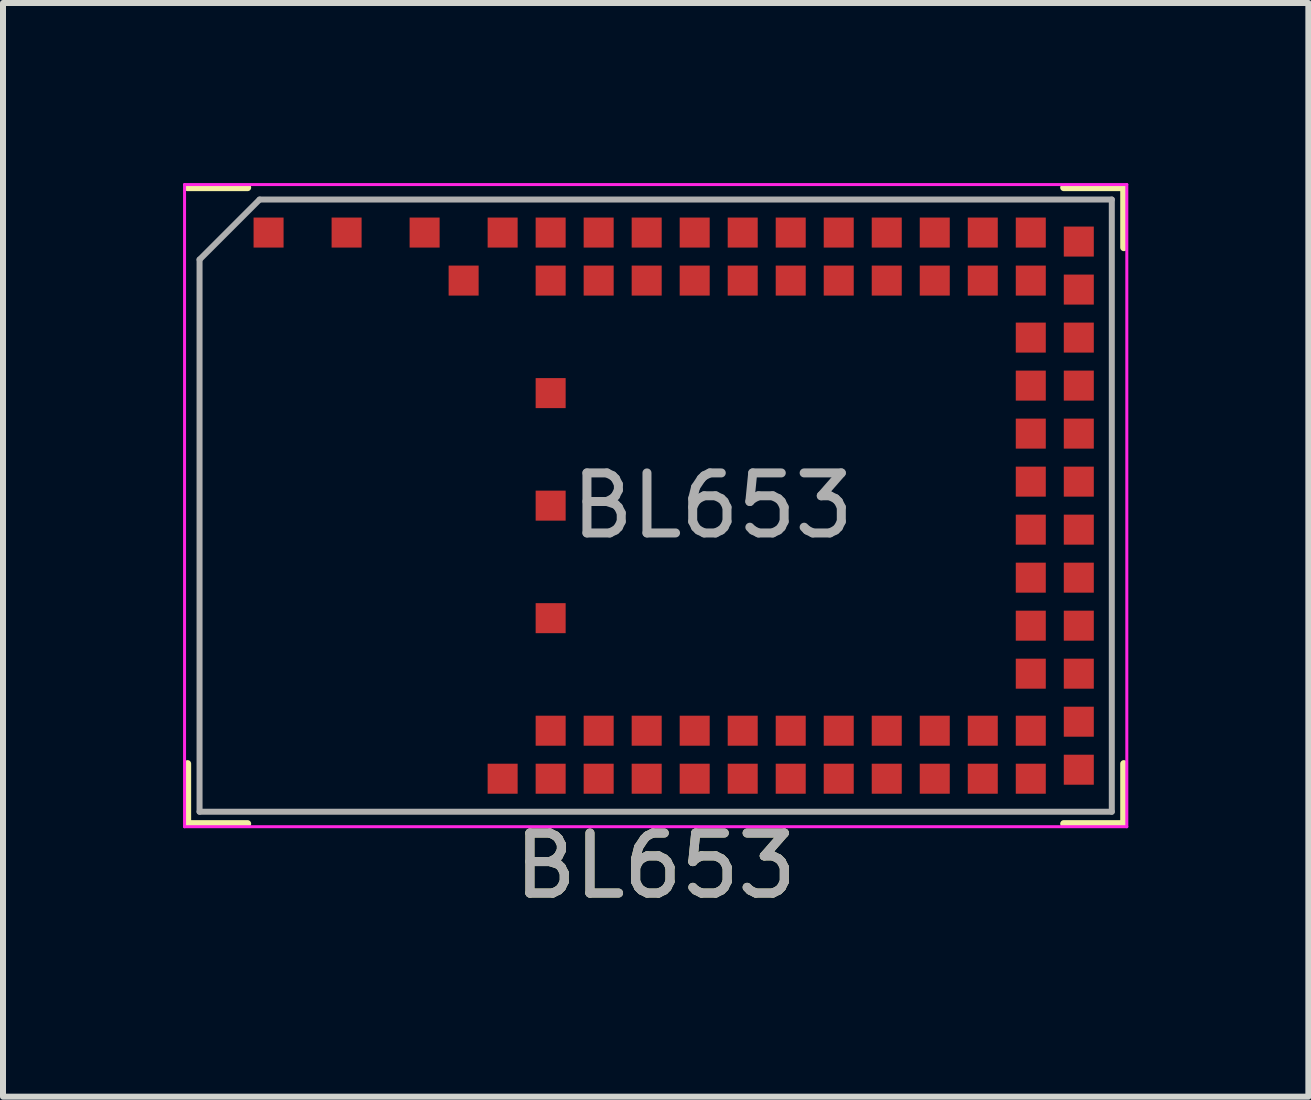
<source format=kicad_pcb>
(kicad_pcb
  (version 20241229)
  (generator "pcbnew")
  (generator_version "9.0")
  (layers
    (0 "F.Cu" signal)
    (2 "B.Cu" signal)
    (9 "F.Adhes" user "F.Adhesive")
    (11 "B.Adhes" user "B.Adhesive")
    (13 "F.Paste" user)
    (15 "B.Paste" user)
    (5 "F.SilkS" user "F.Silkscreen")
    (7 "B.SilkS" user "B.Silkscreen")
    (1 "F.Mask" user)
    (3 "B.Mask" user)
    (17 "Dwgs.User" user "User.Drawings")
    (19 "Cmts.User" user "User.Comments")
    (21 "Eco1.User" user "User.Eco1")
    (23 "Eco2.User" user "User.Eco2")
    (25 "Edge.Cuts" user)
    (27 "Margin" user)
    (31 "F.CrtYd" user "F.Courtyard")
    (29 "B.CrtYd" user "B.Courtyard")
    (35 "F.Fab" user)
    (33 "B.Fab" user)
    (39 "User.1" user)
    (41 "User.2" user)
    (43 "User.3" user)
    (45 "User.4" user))
  (footprint "BL653"
    (layer "F.Cu")
    (at 7.875 5.375)
    (property "Reference" "BL653" (at 0 6 180) (layer "F.SilkS") (effects (font (size 1 1) (thickness 0.15))))
    (attr smd)
    (fp_line (start -7.8 -5.3) (end -6.8 -5.3) (stroke (width 0.12) (type solid)) (layer "F.SilkS"))
    (fp_line (start -7.8 5.3) (end -7.8 4.3) (stroke (width 0.12) (type solid)) (layer "F.SilkS"))
    (fp_line (start -7.8 5.3) (end -6.8 5.3) (stroke (width 0.12) (type solid)) (layer "F.SilkS"))
    (fp_line (start 6.8 -5.3) (end 7.8 -5.3) (stroke (width 0.12) (type solid)) (layer "F.SilkS"))
    (fp_line (start 6.8 5.3) (end 7.8 5.3) (stroke (width 0.12) (type solid)) (layer "F.SilkS"))
    (fp_line (start 7.8 -5.3) (end 7.8 -4.3) (stroke (width 0.12) (type solid)) (layer "F.SilkS"))
    (fp_line (start 7.8 5.3) (end 7.8 4.3) (stroke (width 0.12) (type solid)) (layer "F.SilkS"))
    (fp_line (start -7.85 5.35) (end -7.85 -5.35) (stroke (width 0.05) (type solid)) (layer "F.CrtYd"))
    (fp_line (start 7.85 -5.35) (end -7.85 -5.35) (stroke (width 0.05) (type solid)) (layer "F.CrtYd"))
    (fp_line (start 7.85 5.35) (end -7.85 5.35) (stroke (width 0.05) (type solid)) (layer "F.CrtYd"))
    (fp_line (start 7.85 5.35) (end 7.85 -5.35) (stroke (width 0.05) (type solid)) (layer "F.CrtYd"))
    (fp_line (start -7.6 -4.1) (end -6.6 -5.1) (stroke (width 0.1) (type solid)) (layer "F.Fab"))
    (fp_line (start -7.6 5.1) (end -7.6 -4.1) (stroke (width 0.1) (type solid)) (layer "F.Fab"))
    (fp_line (start 7.6 -5.1) (end -6.6 -5.1) (stroke (width 0.1) (type solid)) (layer "F.Fab"))
    (fp_line (start 7.6 5.1) (end -7.6 5.1) (stroke (width 0.1) (type solid)) (layer "F.Fab"))
    (fp_line (start 7.6 5.1) (end 7.6 -5.1) (stroke (width 0.1) (type solid)) (layer "F.Fab"))
    (fp_text user "${REFERENCE}" (at 0 6 180) (layer "F.Fab") (effects (font (size 1 1) (thickness 0.15))))
    (fp_text user "${REFERENCE}" (at 0.95 0 0) (layer "F.Fab") (effects (font (size 1 1) (thickness 0.15))))
    (pad "0" smd rect (at -2.55 -4.55 180) (size 0.5 0.5) (layers "F.Cu" "F.Mask" "F.Paste"))
    (pad "1" smd rect (at -1.75 -4.55 180) (size 0.5 0.5) (layers "F.Cu" "F.Mask" "F.Paste"))
    (pad "2" smd rect (at -1.75 -3.75 180) (size 0.5 0.5) (layers "F.Cu" "F.Mask" "F.Paste"))
    (pad "3" smd rect (at -0.95 -4.55 180) (size 0.5 0.5) (layers "F.Cu" "F.Mask" "F.Paste"))
    (pad "4" smd rect (at -0.95 -3.75 180) (size 0.5 0.5) (layers "F.Cu" "F.Mask" "F.Paste"))
    (pad "5" smd rect (at -0.15 -4.55 180) (size 0.5 0.5) (layers "F.Cu" "F.Mask" "F.Paste"))
    (pad "6" smd rect (at -0.15 -3.75 180) (size 0.5 0.5) (layers "F.Cu" "F.Mask" "F.Paste"))
    (pad "7" smd rect (at 0.65 -4.55 180) (size 0.5 0.5) (layers "F.Cu" "F.Mask" "F.Paste"))
    (pad "8" smd rect (at 0.65 -3.75 180) (size 0.5 0.5) (layers "F.Cu" "F.Mask" "F.Paste"))
    (pad "9" smd rect (at 1.45 -4.55 180) (size 0.5 0.5) (layers "F.Cu" "F.Mask" "F.Paste"))
    (pad "10" smd rect (at 1.45 -3.75 180) (size 0.5 0.5) (layers "F.Cu" "F.Mask" "F.Paste"))
    (pad "11" smd rect (at 2.25 -4.55 180) (size 0.5 0.5) (layers "F.Cu" "F.Mask" "F.Paste"))
    (pad "12" smd rect (at 2.25 -3.75 180) (size 0.5 0.5) (layers "F.Cu" "F.Mask" "F.Paste"))
    (pad "13" smd rect (at 3.05 -4.55 180) (size 0.5 0.5) (layers "F.Cu" "F.Mask" "F.Paste"))
    (pad "14" smd rect (at 3.05 -3.75 180) (size 0.5 0.5) (layers "F.Cu" "F.Mask" "F.Paste"))
    (pad "15" smd rect (at 3.85 -4.55 180) (size 0.5 0.5) (layers "F.Cu" "F.Mask" "F.Paste"))
    (pad "16" smd rect (at 3.85 -3.75 180) (size 0.5 0.5) (layers "F.Cu" "F.Mask" "F.Paste"))
    (pad "17" smd rect (at 4.65 -4.55 180) (size 0.5 0.5) (layers "F.Cu" "F.Mask" "F.Paste"))
    (pad "18" smd rect (at 4.65 -3.75 180) (size 0.5 0.5) (layers "F.Cu" "F.Mask" "F.Paste"))
    (pad "19" smd rect (at 5.45 -4.55 180) (size 0.5 0.5) (layers "F.Cu" "F.Mask" "F.Paste"))
    (pad "20" smd rect (at 5.45 -3.75 180) (size 0.5 0.5) (layers "F.Cu" "F.Mask" "F.Paste"))
    (pad "21" smd rect (at 6.25 -4.55 180) (size 0.5 0.5) (layers "F.Cu" "F.Mask" "F.Paste"))
    (pad "22" smd rect (at 6.25 -3.75 180) (size 0.5 0.5) (layers "F.Cu" "F.Mask" "F.Paste"))
    (pad "23" smd rect (at 7.05 -4.4 180) (size 0.5 0.5) (layers "F.Cu" "F.Mask" "F.Paste"))
    (pad "24" smd rect (at 7.05 -3.6 180) (size 0.5 0.5) (layers "F.Cu" "F.Mask" "F.Paste"))
    (pad "25" smd rect (at 7.05 -2.8 180) (size 0.5 0.5) (layers "F.Cu" "F.Mask" "F.Paste"))
    (pad "26" smd rect (at 6.25 -2.8 180) (size 0.5 0.5) (layers "F.Cu" "F.Mask" "F.Paste"))
    (pad "27" smd rect (at 7.05 -2 180) (size 0.5 0.5) (layers "F.Cu" "F.Mask" "F.Paste"))
    (pad "28" smd rect (at 6.25 -2 180) (size 0.5 0.5) (layers "F.Cu" "F.Mask" "F.Paste"))
    (pad "29" smd rect (at 7.05 -1.2 180) (size 0.5 0.5) (layers "F.Cu" "F.Mask" "F.Paste"))
    (pad "30" smd rect (at 6.25 -1.2 180) (size 0.5 0.5) (layers "F.Cu" "F.Mask" "F.Paste"))
    (pad "31" smd rect (at 7.05 -0.4 180) (size 0.5 0.5) (layers "F.Cu" "F.Mask" "F.Paste"))
    (pad "32" smd rect (at 6.25 -0.4 180) (size 0.5 0.5) (layers "F.Cu" "F.Mask" "F.Paste"))
    (pad "33" smd rect (at 7.05 0.4 180) (size 0.5 0.5) (layers "F.Cu" "F.Mask" "F.Paste"))
    (pad "34" smd rect (at 6.25 0.4 180) (size 0.5 0.5) (layers "F.Cu" "F.Mask" "F.Paste"))
    (pad "35" smd rect (at 7.05 1.2 180) (size 0.5 0.5) (layers "F.Cu" "F.Mask" "F.Paste"))
    (pad "36" smd rect (at 6.25 1.2 180) (size 0.5 0.5) (layers "F.Cu" "F.Mask" "F.Paste"))
    (pad "37" smd rect (at 7.05 2 180) (size 0.5 0.5) (layers "F.Cu" "F.Mask" "F.Paste"))
    (pad "38" smd rect (at 6.25 2 180) (size 0.5 0.5) (layers "F.Cu" "F.Mask" "F.Paste"))
    (pad "39" smd rect (at 7.05 2.8 180) (size 0.5 0.5) (layers "F.Cu" "F.Mask" "F.Paste"))
    (pad "40" smd rect (at 6.25 2.8 180) (size 0.5 0.5) (layers "F.Cu" "F.Mask" "F.Paste"))
    (pad "41" smd rect (at 7.05 3.6 180) (size 0.5 0.5) (layers "F.Cu" "F.Mask" "F.Paste"))
    (pad "42" smd rect (at 7.05 4.4 180) (size 0.5 0.5) (layers "F.Cu" "F.Mask" "F.Paste"))
    (pad "43" smd rect (at 6.25 4.55 180) (size 0.5 0.5) (layers "F.Cu" "F.Mask" "F.Paste"))
    (pad "44" smd rect (at 6.25 3.75 180) (size 0.5 0.5) (layers "F.Cu" "F.Mask" "F.Paste"))
    (pad "45" smd rect (at 5.45 4.55 180) (size 0.5 0.5) (layers "F.Cu" "F.Mask" "F.Paste"))
    (pad "46" smd rect (at 5.45 3.75 180) (size 0.5 0.5) (layers "F.Cu" "F.Mask" "F.Paste"))
    (pad "47" smd rect (at 4.65 4.55 180) (size 0.5 0.5) (layers "F.Cu" "F.Mask" "F.Paste"))
    (pad "48" smd rect (at 4.65 3.75 180) (size 0.5 0.5) (layers "F.Cu" "F.Mask" "F.Paste"))
    (pad "49" smd rect (at 3.85 4.55 180) (size 0.5 0.5) (layers "F.Cu" "F.Mask" "F.Paste"))
    (pad "50" smd rect (at 3.85 3.75 180) (size 0.5 0.5) (layers "F.Cu" "F.Mask" "F.Paste"))
    (pad "51" smd rect (at 3.05 4.55 180) (size 0.5 0.5) (layers "F.Cu" "F.Mask" "F.Paste"))
    (pad "52" smd rect (at 3.05 3.75 180) (size 0.5 0.5) (layers "F.Cu" "F.Mask" "F.Paste"))
    (pad "53" smd rect (at 2.25 4.55 180) (size 0.5 0.5) (layers "F.Cu" "F.Mask" "F.Paste"))
    (pad "54" smd rect (at 2.25 3.75 180) (size 0.5 0.5) (layers "F.Cu" "F.Mask" "F.Paste"))
    (pad "55" smd rect (at 1.45 4.55 180) (size 0.5 0.5) (layers "F.Cu" "F.Mask" "F.Paste"))
    (pad "56" smd rect (at 1.45 3.75 180) (size 0.5 0.5) (layers "F.Cu" "F.Mask" "F.Paste"))
    (pad "57" smd rect (at 0.65 4.55 180) (size 0.5 0.5) (layers "F.Cu" "F.Mask" "F.Paste"))
    (pad "58" smd rect (at 0.65 3.75 180) (size 0.5 0.5) (layers "F.Cu" "F.Mask" "F.Paste"))
    (pad "59" smd rect (at -0.15 4.55 180) (size 0.5 0.5) (layers "F.Cu" "F.Mask" "F.Paste"))
    (pad "60" smd rect (at -0.15 3.75 180) (size 0.5 0.5) (layers "F.Cu" "F.Mask" "F.Paste"))
    (pad "61" smd rect (at -0.95 4.55 180) (size 0.5 0.5) (layers "F.Cu" "F.Mask" "F.Paste"))
    (pad "62" smd rect (at -0.95 3.75 180) (size 0.5 0.5) (layers "F.Cu" "F.Mask" "F.Paste"))
    (pad "63" smd rect (at -1.75 4.55 180) (size 0.5 0.5) (layers "F.Cu" "F.Mask" "F.Paste"))
    (pad "64" smd rect (at -1.75 3.75 180) (size 0.5 0.5) (layers "F.Cu" "F.Mask" "F.Paste"))
    (pad "65" smd rect (at -2.55 4.55 180) (size 0.5 0.5) (layers "F.Cu" "F.Mask" "F.Paste"))
    (pad "66" smd rect (at -3.85 -4.55 180) (size 0.5 0.5) (layers "F.Cu" "F.Mask" "F.Paste"))
    (pad "67" smd rect (at -5.15 -4.55 180) (size 0.5 0.5) (layers "F.Cu" "F.Mask" "F.Paste"))
    (pad "68" smd rect (at -6.45 -4.55 180) (size 0.5 0.5) (layers "F.Cu" "F.Mask" "F.Paste"))
    (pad "69" smd rect (at -1.75 1.875 180) (size 0.5 0.5) (layers "F.Cu" "F.Mask" "F.Paste"))
    (pad "70" smd rect (at -1.75 0 180) (size 0.5 0.5) (layers "F.Cu" "F.Mask" "F.Paste"))
    (pad "71" smd rect (at -1.75 -1.875 180) (size 0.5 0.5) (layers "F.Cu" "F.Mask" "F.Paste"))
    (pad "72" smd rect (at -3.2 -3.75 180) (size 0.5 0.5) (layers "F.Cu" "F.Mask" "F.Paste")))
  (gr_rect
    (start -3 -3)
    (end 18.75 15.223)
    (stroke (width 0.1) (type default))
    (fill no)
    (layer "Edge.Cuts")))
</source>
